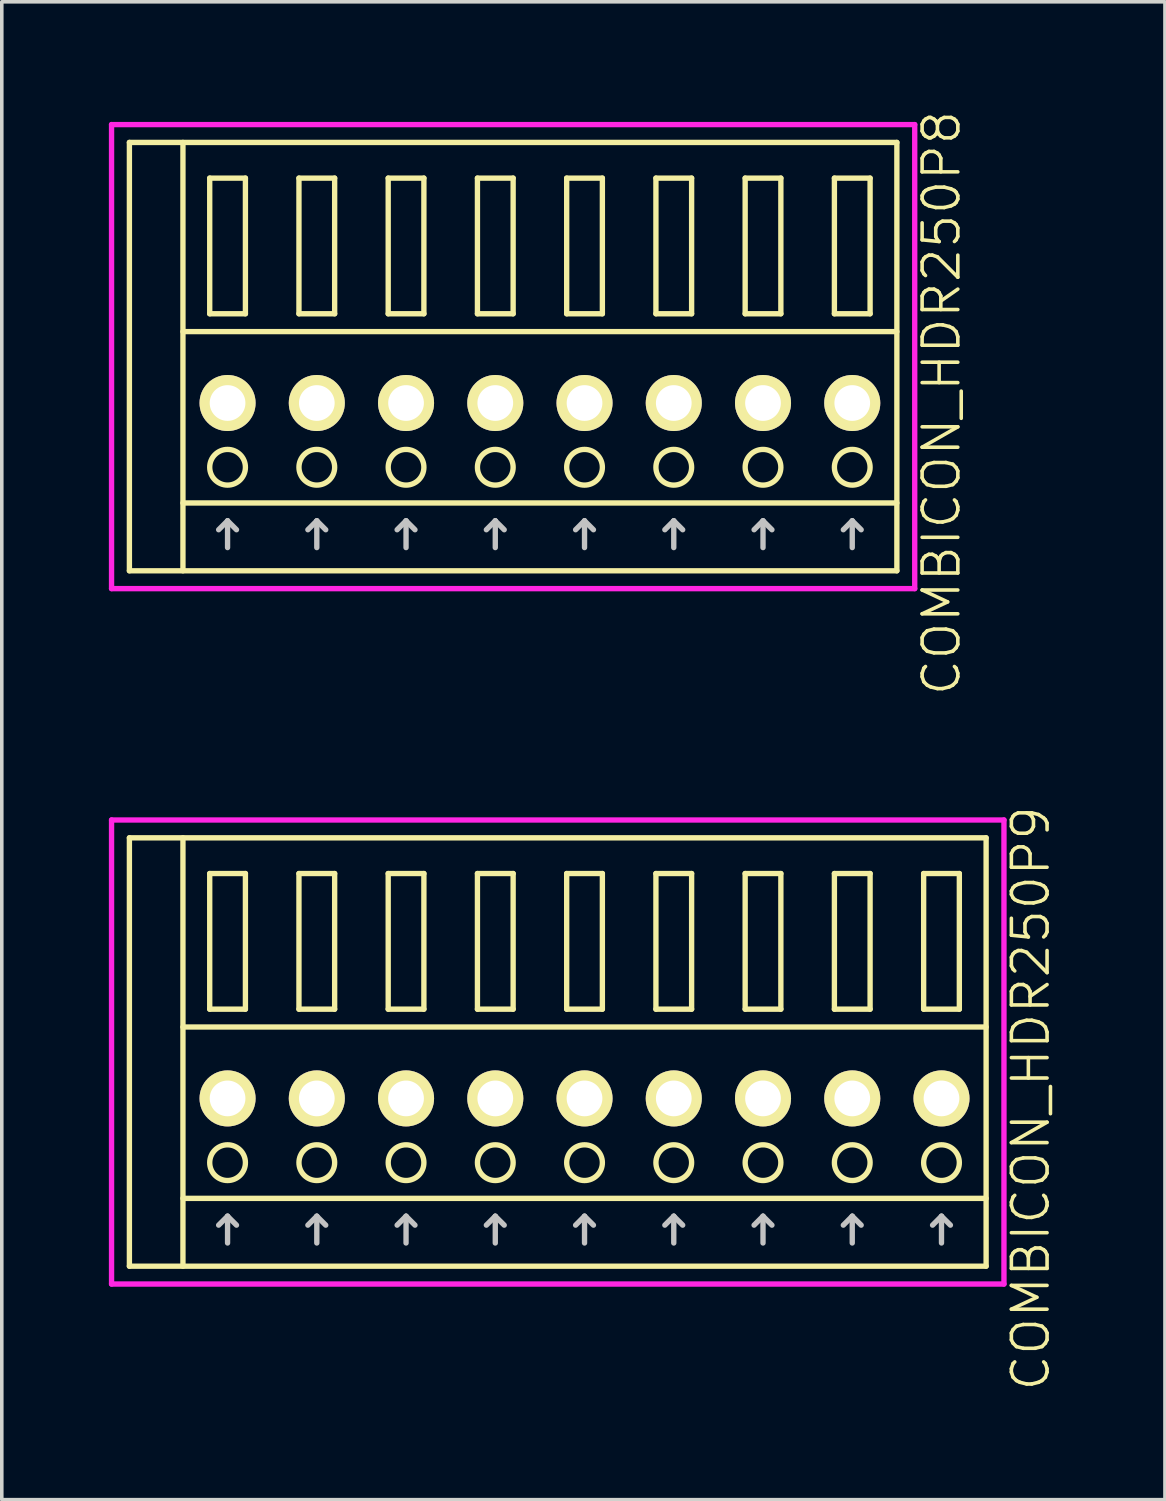
<source format=kicad_pcb>
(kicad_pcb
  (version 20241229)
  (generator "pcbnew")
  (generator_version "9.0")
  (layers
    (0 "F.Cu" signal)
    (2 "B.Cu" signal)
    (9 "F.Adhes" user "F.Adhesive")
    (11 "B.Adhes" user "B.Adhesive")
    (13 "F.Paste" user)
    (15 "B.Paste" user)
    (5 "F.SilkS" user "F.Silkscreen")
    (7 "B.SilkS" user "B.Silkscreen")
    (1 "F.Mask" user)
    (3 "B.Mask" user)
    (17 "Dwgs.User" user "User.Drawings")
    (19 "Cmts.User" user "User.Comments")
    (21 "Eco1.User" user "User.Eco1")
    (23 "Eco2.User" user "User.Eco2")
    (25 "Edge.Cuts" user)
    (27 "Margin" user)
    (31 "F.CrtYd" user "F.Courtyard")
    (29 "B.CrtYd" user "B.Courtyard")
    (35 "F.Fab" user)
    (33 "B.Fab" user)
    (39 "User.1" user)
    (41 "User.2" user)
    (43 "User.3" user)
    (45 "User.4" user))
  (footprint "COMBICON_HDR250P8"
    (layer "F.Cu")
    (at 12.075 8.24)
    (property "Reference" "COMBICON_HDR250P8" (at 11.25 0 90) (layer "F.SilkS") (effects (font (size 1 1) (thickness 0.1))))
    (attr through_hole)
    (fp_line (start -11.5 -7.3) (end -11.5 4.7) (stroke (width 0.15) (type solid)) (layer "F.SilkS"))
    (fp_line (start -11.5 4.7) (end 10 4.7) (stroke (width 0.15) (type solid)) (layer "F.SilkS"))
    (fp_line (start -10 -2) (end 10 -2) (stroke (width 0.15) (type solid)) (layer "F.SilkS"))
    (fp_line (start -10 2.8) (end 10 2.8) (stroke (width 0.15) (type solid)) (layer "F.SilkS"))
    (fp_line (start -10 4.7) (end -10 -7.3) (stroke (width 0.15) (type solid)) (layer "F.SilkS"))
    (fp_line (start -9.25 -6.3) (end -9.25 -2.5) (stroke (width 0.15) (type solid)) (layer "F.SilkS"))
    (fp_line (start -9.25 -2.5) (end -8.25 -2.5) (stroke (width 0.15) (type solid)) (layer "F.SilkS"))
    (fp_line (start -8.25 -6.3) (end -9.25 -6.3) (stroke (width 0.15) (type solid)) (layer "F.SilkS"))
    (fp_line (start -8.25 -2.5) (end -8.25 -6.3) (stroke (width 0.15) (type solid)) (layer "F.SilkS"))
    (fp_line (start -6.75 -6.3) (end -6.75 -2.5) (stroke (width 0.15) (type solid)) (layer "F.SilkS"))
    (fp_line (start -6.75 -2.5) (end -5.75 -2.5) (stroke (width 0.15) (type solid)) (layer "F.SilkS"))
    (fp_line (start -5.75 -6.3) (end -6.75 -6.3) (stroke (width 0.15) (type solid)) (layer "F.SilkS"))
    (fp_line (start -5.75 -2.5) (end -5.75 -6.3) (stroke (width 0.15) (type solid)) (layer "F.SilkS"))
    (fp_line (start -4.25 -6.3) (end -4.25 -2.5) (stroke (width 0.15) (type solid)) (layer "F.SilkS"))
    (fp_line (start -4.25 -2.5) (end -3.25 -2.5) (stroke (width 0.15) (type solid)) (layer "F.SilkS"))
    (fp_line (start -3.25 -6.3) (end -4.25 -6.3) (stroke (width 0.15) (type solid)) (layer "F.SilkS"))
    (fp_line (start -3.25 -2.5) (end -3.25 -6.3) (stroke (width 0.15) (type solid)) (layer "F.SilkS"))
    (fp_line (start -1.75 -6.3) (end -1.75 -2.5) (stroke (width 0.15) (type solid)) (layer "F.SilkS"))
    (fp_line (start -1.75 -2.5) (end -0.75 -2.5) (stroke (width 0.15) (type solid)) (layer "F.SilkS"))
    (fp_line (start -0.75 -6.3) (end -1.75 -6.3) (stroke (width 0.15) (type solid)) (layer "F.SilkS"))
    (fp_line (start -0.75 -2.5) (end -0.75 -6.3) (stroke (width 0.15) (type solid)) (layer "F.SilkS"))
    (fp_line (start 0.75 -6.3) (end 0.75 -2.5) (stroke (width 0.15) (type solid)) (layer "F.SilkS"))
    (fp_line (start 0.75 -2.5) (end 1.75 -2.5) (stroke (width 0.15) (type solid)) (layer "F.SilkS"))
    (fp_line (start 1.75 -6.3) (end 0.75 -6.3) (stroke (width 0.15) (type solid)) (layer "F.SilkS"))
    (fp_line (start 1.75 -2.5) (end 1.75 -6.3) (stroke (width 0.15) (type solid)) (layer "F.SilkS"))
    (fp_line (start 3.25 -6.3) (end 3.25 -2.5) (stroke (width 0.15) (type solid)) (layer "F.SilkS"))
    (fp_line (start 3.25 -2.5) (end 4.25 -2.5) (stroke (width 0.15) (type solid)) (layer "F.SilkS"))
    (fp_line (start 4.25 -6.3) (end 3.25 -6.3) (stroke (width 0.15) (type solid)) (layer "F.SilkS"))
    (fp_line (start 4.25 -2.5) (end 4.25 -6.3) (stroke (width 0.15) (type solid)) (layer "F.SilkS"))
    (fp_line (start 5.75 -6.3) (end 5.75 -2.5) (stroke (width 0.15) (type solid)) (layer "F.SilkS"))
    (fp_line (start 5.75 -2.5) (end 6.75 -2.5) (stroke (width 0.15) (type solid)) (layer "F.SilkS"))
    (fp_line (start 6.75 -6.3) (end 5.75 -6.3) (stroke (width 0.15) (type solid)) (layer "F.SilkS"))
    (fp_line (start 6.75 -2.5) (end 6.75 -6.3) (stroke (width 0.15) (type solid)) (layer "F.SilkS"))
    (fp_line (start 8.25 -6.3) (end 8.25 -2.5) (stroke (width 0.15) (type solid)) (layer "F.SilkS"))
    (fp_line (start 8.25 -2.5) (end 9.25 -2.5) (stroke (width 0.15) (type solid)) (layer "F.SilkS"))
    (fp_line (start 9.25 -6.3) (end 8.25 -6.3) (stroke (width 0.15) (type solid)) (layer "F.SilkS"))
    (fp_line (start 9.25 -2.5) (end 9.25 -6.3) (stroke (width 0.15) (type solid)) (layer "F.SilkS"))
    (fp_line (start 10 -7.3) (end -11.5 -7.3) (stroke (width 0.15) (type solid)) (layer "F.SilkS"))
    (fp_line (start 10 4.7) (end 10 -7.3) (stroke (width 0.15) (type solid)) (layer "F.SilkS"))
    (fp_circle (center -8.75 1.8) (end -8.25 1.8) (stroke (width 0.15) (type solid)) (fill no) (layer "F.SilkS"))
    (fp_circle (center -6.25 1.8) (end -5.75 1.8) (stroke (width 0.15) (type solid)) (fill no) (layer "F.SilkS"))
    (fp_circle (center -3.75 1.8) (end -3.25 1.8) (stroke (width 0.15) (type solid)) (fill no) (layer "F.SilkS"))
    (fp_circle (center -1.25 1.8) (end -0.75 1.8) (stroke (width 0.15) (type solid)) (fill no) (layer "F.SilkS"))
    (fp_circle (center 1.25 1.8) (end 1.75 1.8) (stroke (width 0.15) (type solid)) (fill no) (layer "F.SilkS"))
    (fp_circle (center 3.75 1.8) (end 4.25 1.8) (stroke (width 0.15) (type solid)) (fill no) (layer "F.SilkS"))
    (fp_circle (center 6.25 1.8) (end 6.75 1.8) (stroke (width 0.15) (type solid)) (fill no) (layer "F.SilkS"))
    (fp_circle (center 8.75 1.8) (end 9.25 1.8) (stroke (width 0.15) (type solid)) (fill no) (layer "F.SilkS"))
    (fp_line (start -9 3.55) (end -8.75 3.3) (stroke (width 0.15) (type solid)) (layer "Dwgs.User"))
    (fp_line (start -8.75 4.05) (end -8.75 3.3) (stroke (width 0.15) (type solid)) (layer "Dwgs.User"))
    (fp_line (start -8.5 3.55) (end -8.75 3.3) (stroke (width 0.15) (type solid)) (layer "Dwgs.User"))
    (fp_line (start -6.5 3.55) (end -6.25 3.3) (stroke (width 0.15) (type solid)) (layer "Dwgs.User"))
    (fp_line (start -6.25 4.05) (end -6.25 3.3) (stroke (width 0.15) (type solid)) (layer "Dwgs.User"))
    (fp_line (start -6 3.55) (end -6.25 3.3) (stroke (width 0.15) (type solid)) (layer "Dwgs.User"))
    (fp_line (start -4 3.55) (end -3.75 3.3) (stroke (width 0.15) (type solid)) (layer "Dwgs.User"))
    (fp_line (start -3.75 4.05) (end -3.75 3.3) (stroke (width 0.15) (type solid)) (layer "Dwgs.User"))
    (fp_line (start -3.5 3.55) (end -3.75 3.3) (stroke (width 0.15) (type solid)) (layer "Dwgs.User"))
    (fp_line (start -1.5 3.55) (end -1.25 3.3) (stroke (width 0.15) (type solid)) (layer "Dwgs.User"))
    (fp_line (start -1.25 4.05) (end -1.25 3.3) (stroke (width 0.15) (type solid)) (layer "Dwgs.User"))
    (fp_line (start -1 3.55) (end -1.25 3.3) (stroke (width 0.15) (type solid)) (layer "Dwgs.User"))
    (fp_line (start 1 3.55) (end 1.25 3.3) (stroke (width 0.15) (type solid)) (layer "Dwgs.User"))
    (fp_line (start 1.25 4.05) (end 1.25 3.3) (stroke (width 0.15) (type solid)) (layer "Dwgs.User"))
    (fp_line (start 1.5 3.55) (end 1.25 3.3) (stroke (width 0.15) (type solid)) (layer "Dwgs.User"))
    (fp_line (start 3.5 3.55) (end 3.75 3.3) (stroke (width 0.15) (type solid)) (layer "Dwgs.User"))
    (fp_line (start 3.75 4.05) (end 3.75 3.3) (stroke (width 0.15) (type solid)) (layer "Dwgs.User"))
    (fp_line (start 4 3.55) (end 3.75 3.3) (stroke (width 0.15) (type solid)) (layer "Dwgs.User"))
    (fp_line (start 6 3.55) (end 6.25 3.3) (stroke (width 0.15) (type solid)) (layer "Dwgs.User"))
    (fp_line (start 6.25 4.05) (end 6.25 3.3) (stroke (width 0.15) (type solid)) (layer "Dwgs.User"))
    (fp_line (start 6.5 3.55) (end 6.25 3.3) (stroke (width 0.15) (type solid)) (layer "Dwgs.User"))
    (fp_line (start 8.5 3.55) (end 8.75 3.3) (stroke (width 0.15) (type solid)) (layer "Dwgs.User"))
    (fp_line (start 8.75 4.05) (end 8.75 3.3) (stroke (width 0.15) (type solid)) (layer "Dwgs.User"))
    (fp_line (start 9 3.55) (end 8.75 3.3) (stroke (width 0.15) (type solid)) (layer "Dwgs.User"))
    (fp_line (start -12 -7.8) (end -12 5.2) (stroke (width 0.15) (type solid)) (layer "F.CrtYd"))
    (fp_line (start -12 5.2) (end 10.5 5.2) (stroke (width 0.15) (type solid)) (layer "F.CrtYd"))
    (fp_line (start 10.5 -7.8) (end -12 -7.8) (stroke (width 0.15) (type solid)) (layer "F.CrtYd"))
    (fp_line (start 10.5 5.2) (end 10.5 -7.8) (stroke (width 0.15) (type solid)) (layer "F.CrtYd"))
    (pad "1" thru_hole oval (at -8.75 0) (size 1.57 1.57) (drill 1) (layers "*.Cu" "*.Mask" "F.SilkS"))
    (pad "2" thru_hole oval (at -6.25 0) (size 1.57 1.57) (drill 1) (layers "*.Cu" "*.Mask" "F.SilkS"))
    (pad "3" thru_hole oval (at -3.75 0) (size 1.57 1.57) (drill 1) (layers "*.Cu" "*.Mask" "F.SilkS"))
    (pad "4" thru_hole oval (at -1.25 0) (size 1.57 1.57) (drill 1) (layers "*.Cu" "*.Mask" "F.SilkS"))
    (pad "5" thru_hole oval (at 1.25 0) (size 1.57 1.57) (drill 1) (layers "*.Cu" "*.Mask" "F.SilkS"))
    (pad "6" thru_hole oval (at 3.75 0) (size 1.57 1.57) (drill 1) (layers "*.Cu" "*.Mask" "F.SilkS"))
    (pad "7" thru_hole oval (at 6.25 0) (size 1.57 1.57) (drill 1) (layers "*.Cu" "*.Mask" "F.SilkS"))
    (pad "8" thru_hole oval (at 8.75 0) (size 1.57 1.57) (drill 1) (layers "*.Cu" "*.Mask" "F.SilkS")))
  (footprint "COMBICON_HDR250P9"
    (layer "F.Cu")
    (at 13.325 27.721)
    (property "Reference" "COMBICON_HDR250P9" (at 12.5 0 90) (layer "F.SilkS") (effects (font (size 1 1) (thickness 0.1))))
    (attr through_hole)
    (fp_line (start -12.75 -7.3) (end -12.75 4.7) (stroke (width 0.15) (type solid)) (layer "F.SilkS"))
    (fp_line (start -12.75 4.7) (end 11.25 4.7) (stroke (width 0.15) (type solid)) (layer "F.SilkS"))
    (fp_line (start -11.25 -2) (end 11.25 -2) (stroke (width 0.15) (type solid)) (layer "F.SilkS"))
    (fp_line (start -11.25 2.8) (end 11.25 2.8) (stroke (width 0.15) (type solid)) (layer "F.SilkS"))
    (fp_line (start -11.25 4.7) (end -11.25 -7.3) (stroke (width 0.15) (type solid)) (layer "F.SilkS"))
    (fp_line (start -10.5 -6.3) (end -10.5 -2.5) (stroke (width 0.15) (type solid)) (layer "F.SilkS"))
    (fp_line (start -10.5 -2.5) (end -9.5 -2.5) (stroke (width 0.15) (type solid)) (layer "F.SilkS"))
    (fp_line (start -9.5 -6.3) (end -10.5 -6.3) (stroke (width 0.15) (type solid)) (layer "F.SilkS"))
    (fp_line (start -9.5 -2.5) (end -9.5 -6.3) (stroke (width 0.15) (type solid)) (layer "F.SilkS"))
    (fp_line (start -8 -6.3) (end -8 -2.5) (stroke (width 0.15) (type solid)) (layer "F.SilkS"))
    (fp_line (start -8 -2.5) (end -7 -2.5) (stroke (width 0.15) (type solid)) (layer "F.SilkS"))
    (fp_line (start -7 -6.3) (end -8 -6.3) (stroke (width 0.15) (type solid)) (layer "F.SilkS"))
    (fp_line (start -7 -2.5) (end -7 -6.3) (stroke (width 0.15) (type solid)) (layer "F.SilkS"))
    (fp_line (start -5.5 -6.3) (end -5.5 -2.5) (stroke (width 0.15) (type solid)) (layer "F.SilkS"))
    (fp_line (start -5.5 -2.5) (end -4.5 -2.5) (stroke (width 0.15) (type solid)) (layer "F.SilkS"))
    (fp_line (start -4.5 -6.3) (end -5.5 -6.3) (stroke (width 0.15) (type solid)) (layer "F.SilkS"))
    (fp_line (start -4.5 -2.5) (end -4.5 -6.3) (stroke (width 0.15) (type solid)) (layer "F.SilkS"))
    (fp_line (start -3 -6.3) (end -3 -2.5) (stroke (width 0.15) (type solid)) (layer "F.SilkS"))
    (fp_line (start -3 -2.5) (end -2 -2.5) (stroke (width 0.15) (type solid)) (layer "F.SilkS"))
    (fp_line (start -2 -6.3) (end -3 -6.3) (stroke (width 0.15) (type solid)) (layer "F.SilkS"))
    (fp_line (start -2 -2.5) (end -2 -6.3) (stroke (width 0.15) (type solid)) (layer "F.SilkS"))
    (fp_line (start -0.5 -6.3) (end -0.5 -2.5) (stroke (width 0.15) (type solid)) (layer "F.SilkS"))
    (fp_line (start -0.5 -2.5) (end 0.5 -2.5) (stroke (width 0.15) (type solid)) (layer "F.SilkS"))
    (fp_line (start 0.5 -6.3) (end -0.5 -6.3) (stroke (width 0.15) (type solid)) (layer "F.SilkS"))
    (fp_line (start 0.5 -2.5) (end 0.5 -6.3) (stroke (width 0.15) (type solid)) (layer "F.SilkS"))
    (fp_line (start 2 -6.3) (end 2 -2.5) (stroke (width 0.15) (type solid)) (layer "F.SilkS"))
    (fp_line (start 2 -2.5) (end 3 -2.5) (stroke (width 0.15) (type solid)) (layer "F.SilkS"))
    (fp_line (start 3 -6.3) (end 2 -6.3) (stroke (width 0.15) (type solid)) (layer "F.SilkS"))
    (fp_line (start 3 -2.5) (end 3 -6.3) (stroke (width 0.15) (type solid)) (layer "F.SilkS"))
    (fp_line (start 4.5 -6.3) (end 4.5 -2.5) (stroke (width 0.15) (type solid)) (layer "F.SilkS"))
    (fp_line (start 4.5 -2.5) (end 5.5 -2.5) (stroke (width 0.15) (type solid)) (layer "F.SilkS"))
    (fp_line (start 5.5 -6.3) (end 4.5 -6.3) (stroke (width 0.15) (type solid)) (layer "F.SilkS"))
    (fp_line (start 5.5 -2.5) (end 5.5 -6.3) (stroke (width 0.15) (type solid)) (layer "F.SilkS"))
    (fp_line (start 7 -6.3) (end 7 -2.5) (stroke (width 0.15) (type solid)) (layer "F.SilkS"))
    (fp_line (start 7 -2.5) (end 8 -2.5) (stroke (width 0.15) (type solid)) (layer "F.SilkS"))
    (fp_line (start 8 -6.3) (end 7 -6.3) (stroke (width 0.15) (type solid)) (layer "F.SilkS"))
    (fp_line (start 8 -2.5) (end 8 -6.3) (stroke (width 0.15) (type solid)) (layer "F.SilkS"))
    (fp_line (start 9.5 -6.3) (end 9.5 -2.5) (stroke (width 0.15) (type solid)) (layer "F.SilkS"))
    (fp_line (start 9.5 -2.5) (end 10.5 -2.5) (stroke (width 0.15) (type solid)) (layer "F.SilkS"))
    (fp_line (start 10.5 -6.3) (end 9.5 -6.3) (stroke (width 0.15) (type solid)) (layer "F.SilkS"))
    (fp_line (start 10.5 -2.5) (end 10.5 -6.3) (stroke (width 0.15) (type solid)) (layer "F.SilkS"))
    (fp_line (start 11.25 -7.3) (end -12.75 -7.3) (stroke (width 0.15) (type solid)) (layer "F.SilkS"))
    (fp_line (start 11.25 4.7) (end 11.25 -7.3) (stroke (width 0.15) (type solid)) (layer "F.SilkS"))
    (fp_circle (center -10 1.8) (end -9.5 1.8) (stroke (width 0.15) (type solid)) (fill no) (layer "F.SilkS"))
    (fp_circle (center -7.5 1.8) (end -7 1.8) (stroke (width 0.15) (type solid)) (fill no) (layer "F.SilkS"))
    (fp_circle (center -5 1.8) (end -4.5 1.8) (stroke (width 0.15) (type solid)) (fill no) (layer "F.SilkS"))
    (fp_circle (center -2.5 1.8) (end -2 1.8) (stroke (width 0.15) (type solid)) (fill no) (layer "F.SilkS"))
    (fp_circle (center 0 1.8) (end 0.5 1.8) (stroke (width 0.15) (type solid)) (fill no) (layer "F.SilkS"))
    (fp_circle (center 2.5 1.8) (end 3 1.8) (stroke (width 0.15) (type solid)) (fill no) (layer "F.SilkS"))
    (fp_circle (center 5 1.8) (end 5.5 1.8) (stroke (width 0.15) (type solid)) (fill no) (layer "F.SilkS"))
    (fp_circle (center 7.5 1.8) (end 8 1.8) (stroke (width 0.15) (type solid)) (fill no) (layer "F.SilkS"))
    (fp_circle (center 10 1.8) (end 10.5 1.8) (stroke (width 0.15) (type solid)) (fill no) (layer "F.SilkS"))
    (fp_line (start -10.25 3.55) (end -10 3.3) (stroke (width 0.15) (type solid)) (layer "Dwgs.User"))
    (fp_line (start -10 4.05) (end -10 3.3) (stroke (width 0.15) (type solid)) (layer "Dwgs.User"))
    (fp_line (start -9.75 3.55) (end -10 3.3) (stroke (width 0.15) (type solid)) (layer "Dwgs.User"))
    (fp_line (start -7.75 3.55) (end -7.5 3.3) (stroke (width 0.15) (type solid)) (layer "Dwgs.User"))
    (fp_line (start -7.5 4.05) (end -7.5 3.3) (stroke (width 0.15) (type solid)) (layer "Dwgs.User"))
    (fp_line (start -7.25 3.55) (end -7.5 3.3) (stroke (width 0.15) (type solid)) (layer "Dwgs.User"))
    (fp_line (start -5.25 3.55) (end -5 3.3) (stroke (width 0.15) (type solid)) (layer "Dwgs.User"))
    (fp_line (start -5 4.05) (end -5 3.3) (stroke (width 0.15) (type solid)) (layer "Dwgs.User"))
    (fp_line (start -4.75 3.55) (end -5 3.3) (stroke (width 0.15) (type solid)) (layer "Dwgs.User"))
    (fp_line (start -2.75 3.55) (end -2.5 3.3) (stroke (width 0.15) (type solid)) (layer "Dwgs.User"))
    (fp_line (start -2.5 4.05) (end -2.5 3.3) (stroke (width 0.15) (type solid)) (layer "Dwgs.User"))
    (fp_line (start -2.25 3.55) (end -2.5 3.3) (stroke (width 0.15) (type solid)) (layer "Dwgs.User"))
    (fp_line (start -0.25 3.55) (end 0 3.3) (stroke (width 0.15) (type solid)) (layer "Dwgs.User"))
    (fp_line (start 0 4.05) (end 0 3.3) (stroke (width 0.15) (type solid)) (layer "Dwgs.User"))
    (fp_line (start 0.25 3.55) (end 0 3.3) (stroke (width 0.15) (type solid)) (layer "Dwgs.User"))
    (fp_line (start 2.25 3.55) (end 2.5 3.3) (stroke (width 0.15) (type solid)) (layer "Dwgs.User"))
    (fp_line (start 2.5 4.05) (end 2.5 3.3) (stroke (width 0.15) (type solid)) (layer "Dwgs.User"))
    (fp_line (start 2.75 3.55) (end 2.5 3.3) (stroke (width 0.15) (type solid)) (layer "Dwgs.User"))
    (fp_line (start 4.75 3.55) (end 5 3.3) (stroke (width 0.15) (type solid)) (layer "Dwgs.User"))
    (fp_line (start 5 4.05) (end 5 3.3) (stroke (width 0.15) (type solid)) (layer "Dwgs.User"))
    (fp_line (start 5.25 3.55) (end 5 3.3) (stroke (width 0.15) (type solid)) (layer "Dwgs.User"))
    (fp_line (start 7.25 3.55) (end 7.5 3.3) (stroke (width 0.15) (type solid)) (layer "Dwgs.User"))
    (fp_line (start 7.5 4.05) (end 7.5 3.3) (stroke (width 0.15) (type solid)) (layer "Dwgs.User"))
    (fp_line (start 7.75 3.55) (end 7.5 3.3) (stroke (width 0.15) (type solid)) (layer "Dwgs.User"))
    (fp_line (start 9.75 3.55) (end 10 3.3) (stroke (width 0.15) (type solid)) (layer "Dwgs.User"))
    (fp_line (start 10 4.05) (end 10 3.3) (stroke (width 0.15) (type solid)) (layer "Dwgs.User"))
    (fp_line (start 10.25 3.55) (end 10 3.3) (stroke (width 0.15) (type solid)) (layer "Dwgs.User"))
    (fp_line (start -13.25 -7.8) (end -13.25 5.2) (stroke (width 0.15) (type solid)) (layer "F.CrtYd"))
    (fp_line (start -13.25 5.2) (end 11.75 5.2) (stroke (width 0.15) (type solid)) (layer "F.CrtYd"))
    (fp_line (start 11.75 -7.8) (end -13.25 -7.8) (stroke (width 0.15) (type solid)) (layer "F.CrtYd"))
    (fp_line (start 11.75 5.2) (end 11.75 -7.8) (stroke (width 0.15) (type solid)) (layer "F.CrtYd"))
    (pad "1" thru_hole oval (at -10 0) (size 1.57 1.57) (drill 1) (layers "*.Cu" "*.Mask" "F.SilkS"))
    (pad "2" thru_hole oval (at -7.5 0) (size 1.57 1.57) (drill 1) (layers "*.Cu" "*.Mask" "F.SilkS"))
    (pad "3" thru_hole oval (at -5 0) (size 1.57 1.57) (drill 1) (layers "*.Cu" "*.Mask" "F.SilkS"))
    (pad "4" thru_hole oval (at -2.5 0) (size 1.57 1.57) (drill 1) (layers "*.Cu" "*.Mask" "F.SilkS"))
    (pad "5" thru_hole oval (at 0 0) (size 1.57 1.57) (drill 1) (layers "*.Cu" "*.Mask" "F.SilkS"))
    (pad "6" thru_hole oval (at 2.5 0) (size 1.57 1.57) (drill 1) (layers "*.Cu" "*.Mask" "F.SilkS"))
    (pad "7" thru_hole oval (at 5 0) (size 1.57 1.57) (drill 1) (layers "*.Cu" "*.Mask" "F.SilkS"))
    (pad "8" thru_hole oval (at 7.5 0) (size 1.57 1.57) (drill 1) (layers "*.Cu" "*.Mask" "F.SilkS"))
    (pad "9" thru_hole oval (at 10 0) (size 1.57 1.57) (drill 1) (layers "*.Cu" "*.Mask" "F.SilkS")))
  (gr_rect
    (start -3 -3)
    (end 29.585 38.962)
    (stroke (width 0.1) (type default))
    (fill no)
    (layer "Edge.Cuts")))
</source>
